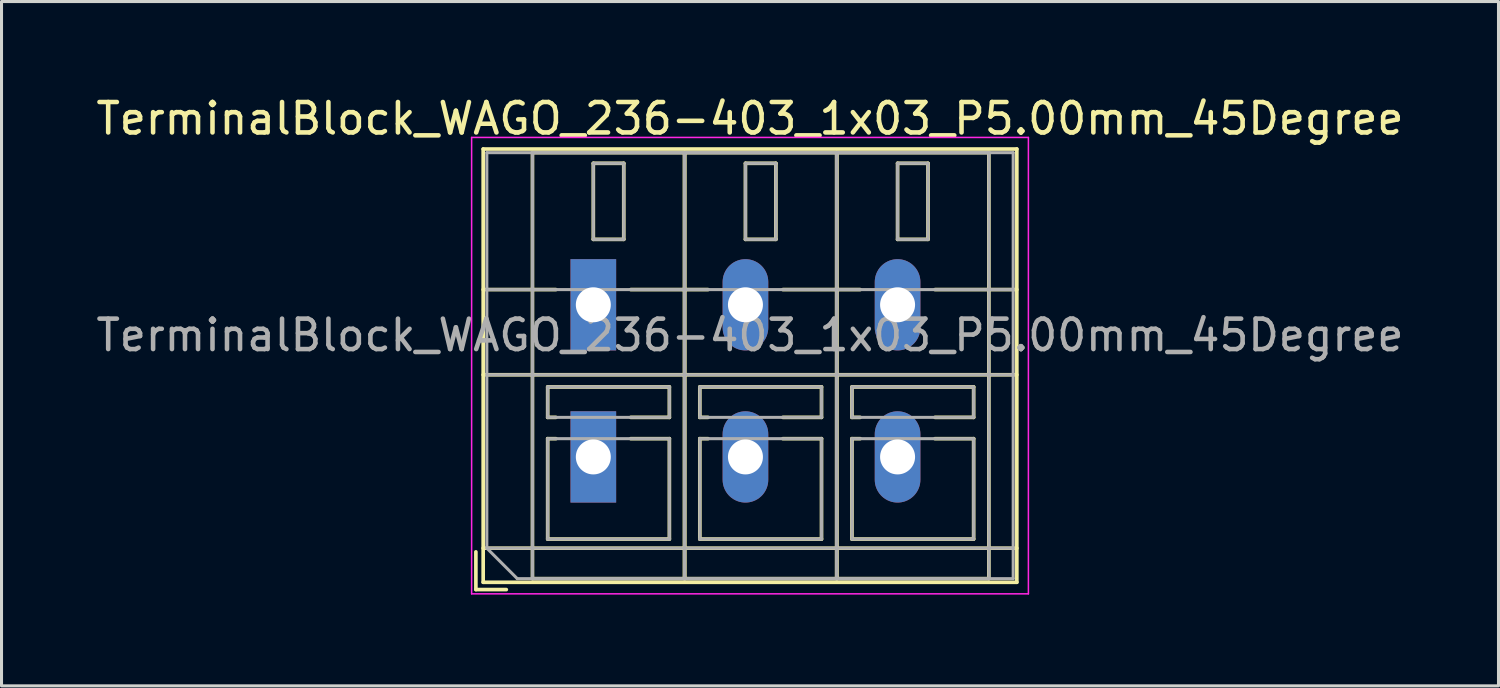
<source format=kicad_pcb>
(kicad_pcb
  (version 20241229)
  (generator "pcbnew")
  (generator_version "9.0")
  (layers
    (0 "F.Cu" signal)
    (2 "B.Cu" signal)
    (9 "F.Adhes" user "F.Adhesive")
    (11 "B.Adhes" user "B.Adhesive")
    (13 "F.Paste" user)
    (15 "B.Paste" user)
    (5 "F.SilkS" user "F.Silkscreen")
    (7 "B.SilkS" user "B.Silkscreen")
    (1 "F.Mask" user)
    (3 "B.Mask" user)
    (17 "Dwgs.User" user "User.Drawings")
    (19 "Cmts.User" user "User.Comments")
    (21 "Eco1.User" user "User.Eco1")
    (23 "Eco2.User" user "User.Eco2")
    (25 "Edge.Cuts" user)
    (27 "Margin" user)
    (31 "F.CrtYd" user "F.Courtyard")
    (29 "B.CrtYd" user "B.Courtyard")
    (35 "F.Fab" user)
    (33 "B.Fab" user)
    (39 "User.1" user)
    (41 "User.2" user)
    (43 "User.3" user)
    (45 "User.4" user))
  (footprint "TerminalBlock_WAGO_236-403_1x03_P5.00mm_45Degree"
    (layer "F.Cu")
    (at 16.451 6.968)
    (property "Reference" "TerminalBlock_WAGO_236-403_1x03_P5.00mm_45Degree" (at 5.15 -6.12 0) (layer "F.SilkS") (effects (font (size 1 1) (thickness 0.15))))
    (attr through_hole)
    (fp_line (start -3.86 8.12) (end -3.86 9.36) (stroke (width 0.12) (type solid)) (layer "F.SilkS"))
    (fp_line (start -3.86 9.36) (end -2.86 9.36) (stroke (width 0.12) (type solid)) (layer "F.SilkS"))
    (fp_line (start -3.62 -5.12) (end -3.62 9.12) (stroke (width 0.12) (type solid)) (layer "F.SilkS"))
    (fp_line (start -3.62 -5.12) (end 13.92 -5.12) (stroke (width 0.12) (type solid)) (layer "F.SilkS"))
    (fp_line (start -3.62 -0.5) (end -1.23 -0.5) (stroke (width 0.12) (type solid)) (layer "F.SilkS"))
    (fp_line (start -3.62 2.3) (end 13.92 2.3) (stroke (width 0.12) (type solid)) (layer "F.SilkS"))
    (fp_line (start -3.62 8) (end 13.92 8) (stroke (width 0.12) (type solid)) (layer "F.SilkS"))
    (fp_line (start -3.62 9.12) (end 13.92 9.12) (stroke (width 0.12) (type solid)) (layer "F.SilkS"))
    (fp_line (start -2 -5) (end -2 9) (stroke (width 0.12) (type solid)) (layer "F.SilkS"))
    (fp_line (start -2 -5) (end 3 -5) (stroke (width 0.12) (type solid)) (layer "F.SilkS"))
    (fp_line (start -2 9) (end 3 9) (stroke (width 0.12) (type solid)) (layer "F.SilkS"))
    (fp_line (start -1.5 2.7) (end -1.5 3.7) (stroke (width 0.12) (type solid)) (layer "F.SilkS"))
    (fp_line (start -1.5 2.7) (end 2.5 2.7) (stroke (width 0.12) (type solid)) (layer "F.SilkS"))
    (fp_line (start -1.5 3.7) (end -1.23 3.7) (stroke (width 0.12) (type solid)) (layer "F.SilkS"))
    (fp_line (start -1.5 4.4) (end -1.5 7.7) (stroke (width 0.12) (type solid)) (layer "F.SilkS"))
    (fp_line (start -1.5 4.4) (end -1.23 4.4) (stroke (width 0.12) (type solid)) (layer "F.SilkS"))
    (fp_line (start -1.5 7.7) (end 2.5 7.7) (stroke (width 0.12) (type solid)) (layer "F.SilkS"))
    (fp_line (start 0 -4.65) (end 0 -2.151) (stroke (width 0.12) (type solid)) (layer "F.SilkS"))
    (fp_line (start 0 -4.65) (end 1 -4.65) (stroke (width 0.12) (type solid)) (layer "F.SilkS"))
    (fp_line (start 0 -2.151) (end 1 -2.151) (stroke (width 0.12) (type solid)) (layer "F.SilkS"))
    (fp_line (start 1 -4.65) (end 1 -2.151) (stroke (width 0.12) (type solid)) (layer "F.SilkS"))
    (fp_line (start 1.23 -0.5) (end 3.77 -0.5) (stroke (width 0.12) (type solid)) (layer "F.SilkS"))
    (fp_line (start 1.23 3.7) (end 2.5 3.7) (stroke (width 0.12) (type solid)) (layer "F.SilkS"))
    (fp_line (start 1.23 4.4) (end 2.5 4.4) (stroke (width 0.12) (type solid)) (layer "F.SilkS"))
    (fp_line (start 2.5 2.7) (end 2.5 3.7) (stroke (width 0.12) (type solid)) (layer "F.SilkS"))
    (fp_line (start 2.5 4.4) (end 2.5 7.7) (stroke (width 0.12) (type solid)) (layer "F.SilkS"))
    (fp_line (start 3 -5) (end 3 9) (stroke (width 0.12) (type solid)) (layer "F.SilkS"))
    (fp_line (start 3 -5) (end 3 9) (stroke (width 0.12) (type solid)) (layer "F.SilkS"))
    (fp_line (start 3 -5) (end 8 -5) (stroke (width 0.12) (type solid)) (layer "F.SilkS"))
    (fp_line (start 3 9) (end 8 9) (stroke (width 0.12) (type solid)) (layer "F.SilkS"))
    (fp_line (start 3.5 2.7) (end 3.5 3.7) (stroke (width 0.12) (type solid)) (layer "F.SilkS"))
    (fp_line (start 3.5 2.7) (end 7.5 2.7) (stroke (width 0.12) (type solid)) (layer "F.SilkS"))
    (fp_line (start 3.5 3.7) (end 3.77 3.7) (stroke (width 0.12) (type solid)) (layer "F.SilkS"))
    (fp_line (start 3.5 4.4) (end 3.5 7.7) (stroke (width 0.12) (type solid)) (layer "F.SilkS"))
    (fp_line (start 3.5 4.4) (end 3.77 4.4) (stroke (width 0.12) (type solid)) (layer "F.SilkS"))
    (fp_line (start 3.5 7.7) (end 7.5 7.7) (stroke (width 0.12) (type solid)) (layer "F.SilkS"))
    (fp_line (start 5 -4.65) (end 5 -2.151) (stroke (width 0.12) (type solid)) (layer "F.SilkS"))
    (fp_line (start 5 -4.65) (end 6 -4.65) (stroke (width 0.12) (type solid)) (layer "F.SilkS"))
    (fp_line (start 5 -2.151) (end 6 -2.151) (stroke (width 0.12) (type solid)) (layer "F.SilkS"))
    (fp_line (start 6 -4.65) (end 6 -2.151) (stroke (width 0.12) (type solid)) (layer "F.SilkS"))
    (fp_line (start 6.23 -0.5) (end 8.77 -0.5) (stroke (width 0.12) (type solid)) (layer "F.SilkS"))
    (fp_line (start 6.23 3.7) (end 7.5 3.7) (stroke (width 0.12) (type solid)) (layer "F.SilkS"))
    (fp_line (start 6.23 4.4) (end 7.5 4.4) (stroke (width 0.12) (type solid)) (layer "F.SilkS"))
    (fp_line (start 7.5 2.7) (end 7.5 3.7) (stroke (width 0.12) (type solid)) (layer "F.SilkS"))
    (fp_line (start 7.5 4.4) (end 7.5 7.7) (stroke (width 0.12) (type solid)) (layer "F.SilkS"))
    (fp_line (start 8 -5) (end 8 9) (stroke (width 0.12) (type solid)) (layer "F.SilkS"))
    (fp_line (start 8 -5) (end 8 9) (stroke (width 0.12) (type solid)) (layer "F.SilkS"))
    (fp_line (start 8 -5) (end 13 -5) (stroke (width 0.12) (type solid)) (layer "F.SilkS"))
    (fp_line (start 8 9) (end 13 9) (stroke (width 0.12) (type solid)) (layer "F.SilkS"))
    (fp_line (start 8.5 2.7) (end 8.5 3.7) (stroke (width 0.12) (type solid)) (layer "F.SilkS"))
    (fp_line (start 8.5 2.7) (end 12.5 2.7) (stroke (width 0.12) (type solid)) (layer "F.SilkS"))
    (fp_line (start 8.5 3.7) (end 8.77 3.7) (stroke (width 0.12) (type solid)) (layer "F.SilkS"))
    (fp_line (start 8.5 4.4) (end 8.5 7.7) (stroke (width 0.12) (type solid)) (layer "F.SilkS"))
    (fp_line (start 8.5 4.4) (end 8.77 4.4) (stroke (width 0.12) (type solid)) (layer "F.SilkS"))
    (fp_line (start 8.5 7.7) (end 12.5 7.7) (stroke (width 0.12) (type solid)) (layer "F.SilkS"))
    (fp_line (start 10 -4.65) (end 10 -2.151) (stroke (width 0.12) (type solid)) (layer "F.SilkS"))
    (fp_line (start 10 -4.65) (end 11 -4.65) (stroke (width 0.12) (type solid)) (layer "F.SilkS"))
    (fp_line (start 10 -2.151) (end 11 -2.151) (stroke (width 0.12) (type solid)) (layer "F.SilkS"))
    (fp_line (start 11 -4.65) (end 11 -2.151) (stroke (width 0.12) (type solid)) (layer "F.SilkS"))
    (fp_line (start 11.23 -0.5) (end 13.92 -0.5) (stroke (width 0.12) (type solid)) (layer "F.SilkS"))
    (fp_line (start 11.23 3.7) (end 12.5 3.7) (stroke (width 0.12) (type solid)) (layer "F.SilkS"))
    (fp_line (start 11.23 4.4) (end 12.5 4.4) (stroke (width 0.12) (type solid)) (layer "F.SilkS"))
    (fp_line (start 12.5 2.7) (end 12.5 3.7) (stroke (width 0.12) (type solid)) (layer "F.SilkS"))
    (fp_line (start 12.5 4.4) (end 12.5 7.7) (stroke (width 0.12) (type solid)) (layer "F.SilkS"))
    (fp_line (start 13 -5) (end 13 9) (stroke (width 0.12) (type solid)) (layer "F.SilkS"))
    (fp_line (start 13.92 -5.12) (end 13.92 9.12) (stroke (width 0.12) (type solid)) (layer "F.SilkS"))
    (fp_line (start -4 -5.5) (end -4 9.5) (stroke (width 0.05) (type solid)) (layer "F.CrtYd"))
    (fp_line (start -4 9.5) (end 14.3 9.5) (stroke (width 0.05) (type solid)) (layer "F.CrtYd"))
    (fp_line (start 14.3 -5.5) (end -4 -5.5) (stroke (width 0.05) (type solid)) (layer "F.CrtYd"))
    (fp_line (start 14.3 9.5) (end 14.3 -5.5) (stroke (width 0.05) (type solid)) (layer "F.CrtYd"))
    (fp_line (start -3.5 -5) (end 13.8 -5) (stroke (width 0.1) (type solid)) (layer "F.Fab"))
    (fp_line (start -3.5 -0.5) (end 13.8 -0.5) (stroke (width 0.1) (type solid)) (layer "F.Fab"))
    (fp_line (start -3.5 2.3) (end 13.8 2.3) (stroke (width 0.1) (type solid)) (layer "F.Fab"))
    (fp_line (start -3.5 8) (end -3.5 -5) (stroke (width 0.1) (type solid)) (layer "F.Fab"))
    (fp_line (start -3.5 8) (end 13.8 8) (stroke (width 0.1) (type solid)) (layer "F.Fab"))
    (fp_line (start -2.5 9) (end -3.5 8) (stroke (width 0.1) (type solid)) (layer "F.Fab"))
    (fp_line (start -2 -5) (end -2 9) (stroke (width 0.1) (type solid)) (layer "F.Fab"))
    (fp_line (start -2 9) (end 3 9) (stroke (width 0.1) (type solid)) (layer "F.Fab"))
    (fp_line (start -1.5 2.7) (end -1.5 3.7) (stroke (width 0.1) (type solid)) (layer "F.Fab"))
    (fp_line (start -1.5 3.7) (end 2.5 3.7) (stroke (width 0.1) (type solid)) (layer "F.Fab"))
    (fp_line (start -1.5 4.4) (end -1.5 7.7) (stroke (width 0.1) (type solid)) (layer "F.Fab"))
    (fp_line (start -1.5 7.7) (end 2.5 7.7) (stroke (width 0.1) (type solid)) (layer "F.Fab"))
    (fp_line (start 0 -4.65) (end 0 -2.15) (stroke (width 0.1) (type solid)) (layer "F.Fab"))
    (fp_line (start 0 -2.15) (end 1 -2.15) (stroke (width 0.1) (type solid)) (layer "F.Fab"))
    (fp_line (start 1 -4.65) (end 0 -4.65) (stroke (width 0.1) (type solid)) (layer "F.Fab"))
    (fp_line (start 1 -2.15) (end 1 -4.65) (stroke (width 0.1) (type solid)) (layer "F.Fab"))
    (fp_line (start 2.5 2.7) (end -1.5 2.7) (stroke (width 0.1) (type solid)) (layer "F.Fab"))
    (fp_line (start 2.5 3.7) (end 2.5 2.7) (stroke (width 0.1) (type solid)) (layer "F.Fab"))
    (fp_line (start 2.5 4.4) (end -1.5 4.4) (stroke (width 0.1) (type solid)) (layer "F.Fab"))
    (fp_line (start 2.5 7.7) (end 2.5 4.4) (stroke (width 0.1) (type solid)) (layer "F.Fab"))
    (fp_line (start 3 -5) (end -2 -5) (stroke (width 0.1) (type solid)) (layer "F.Fab"))
    (fp_line (start 3 -5) (end 3 9) (stroke (width 0.1) (type solid)) (layer "F.Fab"))
    (fp_line (start 3 9) (end 3 -5) (stroke (width 0.1) (type solid)) (layer "F.Fab"))
    (fp_line (start 3 9) (end 8 9) (stroke (width 0.1) (type solid)) (layer "F.Fab"))
    (fp_line (start 3.5 2.7) (end 3.5 3.7) (stroke (width 0.1) (type solid)) (layer "F.Fab"))
    (fp_line (start 3.5 3.7) (end 7.5 3.7) (stroke (width 0.1) (type solid)) (layer "F.Fab"))
    (fp_line (start 3.5 4.4) (end 3.5 7.7) (stroke (width 0.1) (type solid)) (layer "F.Fab"))
    (fp_line (start 3.5 7.7) (end 7.5 7.7) (stroke (width 0.1) (type solid)) (layer "F.Fab"))
    (fp_line (start 5 -4.65) (end 5 -2.15) (stroke (width 0.1) (type solid)) (layer "F.Fab"))
    (fp_line (start 5 -2.15) (end 6 -2.15) (stroke (width 0.1) (type solid)) (layer "F.Fab"))
    (fp_line (start 6 -4.65) (end 5 -4.65) (stroke (width 0.1) (type solid)) (layer "F.Fab"))
    (fp_line (start 6 -2.15) (end 6 -4.65) (stroke (width 0.1) (type solid)) (layer "F.Fab"))
    (fp_line (start 7.5 2.7) (end 3.5 2.7) (stroke (width 0.1) (type solid)) (layer "F.Fab"))
    (fp_line (start 7.5 3.7) (end 7.5 2.7) (stroke (width 0.1) (type solid)) (layer "F.Fab"))
    (fp_line (start 7.5 4.4) (end 3.5 4.4) (stroke (width 0.1) (type solid)) (layer "F.Fab"))
    (fp_line (start 7.5 7.7) (end 7.5 4.4) (stroke (width 0.1) (type solid)) (layer "F.Fab"))
    (fp_line (start 8 -5) (end 3 -5) (stroke (width 0.1) (type solid)) (layer "F.Fab"))
    (fp_line (start 8 -5) (end 8 9) (stroke (width 0.1) (type solid)) (layer "F.Fab"))
    (fp_line (start 8 9) (end 8 -5) (stroke (width 0.1) (type solid)) (layer "F.Fab"))
    (fp_line (start 8 9) (end 13 9) (stroke (width 0.1) (type solid)) (layer "F.Fab"))
    (fp_line (start 8.5 2.7) (end 8.5 3.7) (stroke (width 0.1) (type solid)) (layer "F.Fab"))
    (fp_line (start 8.5 3.7) (end 12.5 3.7) (stroke (width 0.1) (type solid)) (layer "F.Fab"))
    (fp_line (start 8.5 4.4) (end 8.5 7.7) (stroke (width 0.1) (type solid)) (layer "F.Fab"))
    (fp_line (start 8.5 7.7) (end 12.5 7.7) (stroke (width 0.1) (type solid)) (layer "F.Fab"))
    (fp_line (start 10 -4.65) (end 10 -2.15) (stroke (width 0.1) (type solid)) (layer "F.Fab"))
    (fp_line (start 10 -2.15) (end 11 -2.15) (stroke (width 0.1) (type solid)) (layer "F.Fab"))
    (fp_line (start 11 -4.65) (end 10 -4.65) (stroke (width 0.1) (type solid)) (layer "F.Fab"))
    (fp_line (start 11 -2.15) (end 11 -4.65) (stroke (width 0.1) (type solid)) (layer "F.Fab"))
    (fp_line (start 12.5 2.7) (end 8.5 2.7) (stroke (width 0.1) (type solid)) (layer "F.Fab"))
    (fp_line (start 12.5 3.7) (end 12.5 2.7) (stroke (width 0.1) (type solid)) (layer "F.Fab"))
    (fp_line (start 12.5 4.4) (end 8.5 4.4) (stroke (width 0.1) (type solid)) (layer "F.Fab"))
    (fp_line (start 12.5 7.7) (end 12.5 4.4) (stroke (width 0.1) (type solid)) (layer "F.Fab"))
    (fp_line (start 13 -5) (end 8 -5) (stroke (width 0.1) (type solid)) (layer "F.Fab"))
    (fp_line (start 13 9) (end 13 -5) (stroke (width 0.1) (type solid)) (layer "F.Fab"))
    (fp_line (start 13.8 -5) (end 13.8 9) (stroke (width 0.1) (type solid)) (layer "F.Fab"))
    (fp_line (start 13.8 9) (end -2.5 9) (stroke (width 0.1) (type solid)) (layer "F.Fab"))
    (fp_text user "${REFERENCE}" (at 5.15 1 0) (layer "F.Fab") (effects (font (size 1 1) (thickness 0.15))))
    (pad "1" thru_hole rect (at 0 0) (size 1.5 3) (drill 1.15) (layers "*.Cu" "*.Mask"))
    (pad "1" thru_hole rect (at 0 5) (size 1.5 3) (drill 1.15) (layers "*.Cu" "*.Mask"))
    (pad "2" thru_hole oval (at 5 0) (size 1.5 3) (drill 1.15) (layers "*.Cu" "*.Mask"))
    (pad "2" thru_hole oval (at 5 5) (size 1.5 3) (drill 1.15) (layers "*.Cu" "*.Mask"))
    (pad "3" thru_hole oval (at 10 0) (size 1.5 3) (drill 1.15) (layers "*.Cu" "*.Mask"))
    (pad "3" thru_hole oval (at 10 5) (size 1.5 3) (drill 1.15) (layers "*.Cu" "*.Mask")))
  (gr_rect
    (start -3 -3)
    (end 46.202 19.493)
    (stroke (width 0.1) (type default))
    (fill no)
    (layer "Edge.Cuts")))
</source>
